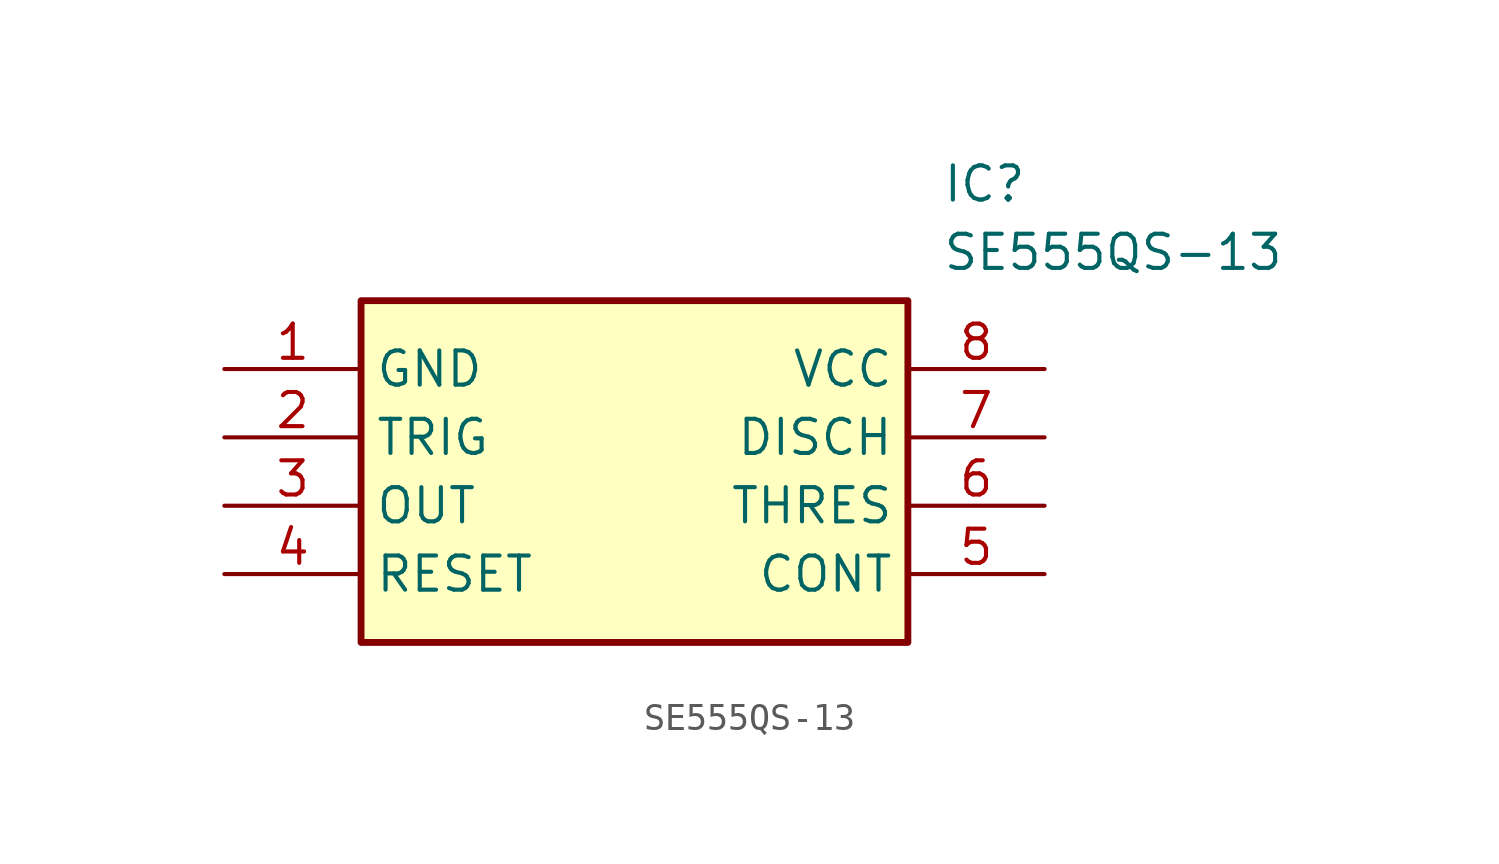
<source format=kicad_sym>
(kicad_symbol_lib
  (version 20211014)
  (generator SamacSys_ECAD_Model)
  (symbol "SE555QS-13"
    (property "Reference" "IC"
      (at 26.67 7.62 0)
      (effects (font (size 1.27 1.27)) (justify left top)))
    (property "Value" "SE555QS-13"
      (at 26.67 5.08 0)
      (effects (font (size 1.27 1.27)) (justify left top)))
    (rectangle
      (start 5.08 2.54)
      (end 25.4 -10.16)
      (stroke (width 0.254) (type default))
      (fill (type background)))
    (pin passive line
      (at 0 0 0)
      (length 5.08)
      (name "GND" (effects (font (size 1.27 1.27))))
      (number "1" (effects (font (size 1.27 1.27)))))
    (pin passive line
      (at 0 -2.54 0)
      (length 5.08)
      (name "TRIG" (effects (font (size 1.27 1.27))))
      (number "2" (effects (font (size 1.27 1.27)))))
    (pin passive line
      (at 0 -5.08 0)
      (length 5.08)
      (name "OUT" (effects (font (size 1.27 1.27))))
      (number "3" (effects (font (size 1.27 1.27)))))
    (pin passive line
      (at 0 -7.62 0)
      (length 5.08)
      (name "RESET" (effects (font (size 1.27 1.27))))
      (number "4" (effects (font (size 1.27 1.27)))))
    (pin passive line
      (at 30.48 0 180)
      (length 5.08)
      (name "VCC" (effects (font (size 1.27 1.27))))
      (number "8" (effects (font (size 1.27 1.27)))))
    (pin passive line
      (at 30.48 -2.54 180)
      (length 5.08)
      (name "DISCH" (effects (font (size 1.27 1.27))))
      (number "7" (effects (font (size 1.27 1.27)))))
    (pin passive line
      (at 30.48 -5.08 180)
      (length 5.08)
      (name "THRES" (effects (font (size 1.27 1.27))))
      (number "6" (effects (font (size 1.27 1.27)))))
    (pin passive line
      (at 30.48 -7.62 180)
      (length 5.08)
      (name "CONT" (effects (font (size 1.27 1.27))))
      (number "5" (effects (font (size 1.27 1.27)))))))
</source>
